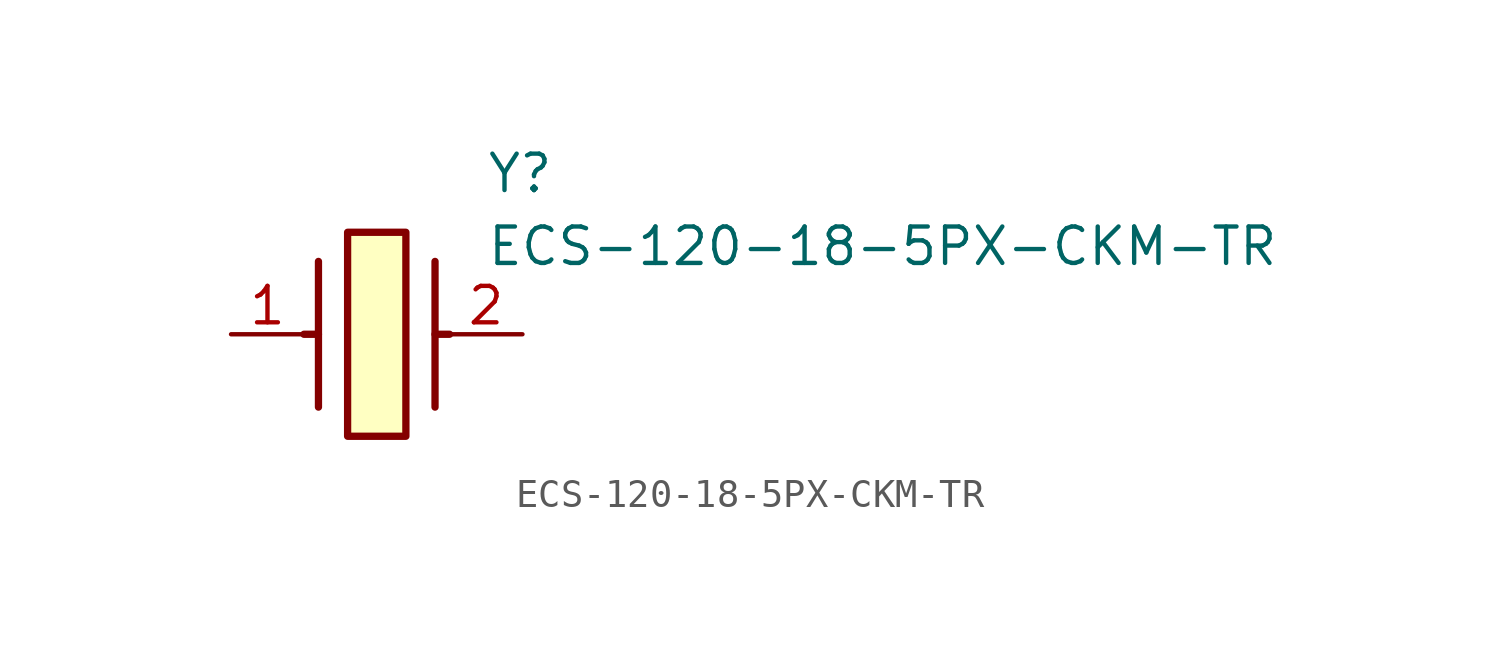
<source format=kicad_sym>
(kicad_symbol_lib
  (version 20211014)
  (generator SamacSys_ECAD_Model)
  (symbol "ECS-120-18-5PX-CKM-TR"
    (pin_names hide)
    (property "Reference" "Y"
      (at 8.89 6.35 0)
      (effects (font (size 1.27 1.27)) (justify left top)))
    (property "Value" "ECS-120-18-5PX-CKM-TR"
      (at 8.89 3.81 0)
      (effects (font (size 1.27 1.27)) (justify left top)))
    (rectangle
      (start 4.064 3.556)
      (end 6.096 -3.556)
      (stroke (width 0.254) (type default))
      (fill (type background)))
    (polyline
      (pts (xy 3.048 2.54) (xy 3.048 -2.54))
      (stroke (width 0.254) (type default))
      (fill (type none)))
    (polyline
      (pts (xy 7.112 2.54) (xy 7.112 -2.54))
      (stroke (width 0.254) (type default))
      (fill (type none)))
    (polyline
      (pts (xy 7.112 0) (xy 7.62 0))
      (stroke (width 0.254) (type default))
      (fill (type none)))
    (polyline
      (pts (xy 3.048 0) (xy 2.54 0))
      (stroke (width 0.254) (type default))
      (fill (type none)))
    (pin passive line
      (at 0 0 0)
      (length 2.54)
      (name "1" (effects (font (size 1.27 1.27))))
      (number "1" (effects (font (size 1.27 1.27)))))
    (pin passive line
      (at 10.16 0 180)
      (length 2.54)
      (name "2" (effects (font (size 1.27 1.27))))
      (number "2" (effects (font (size 1.27 1.27)))))))
</source>
